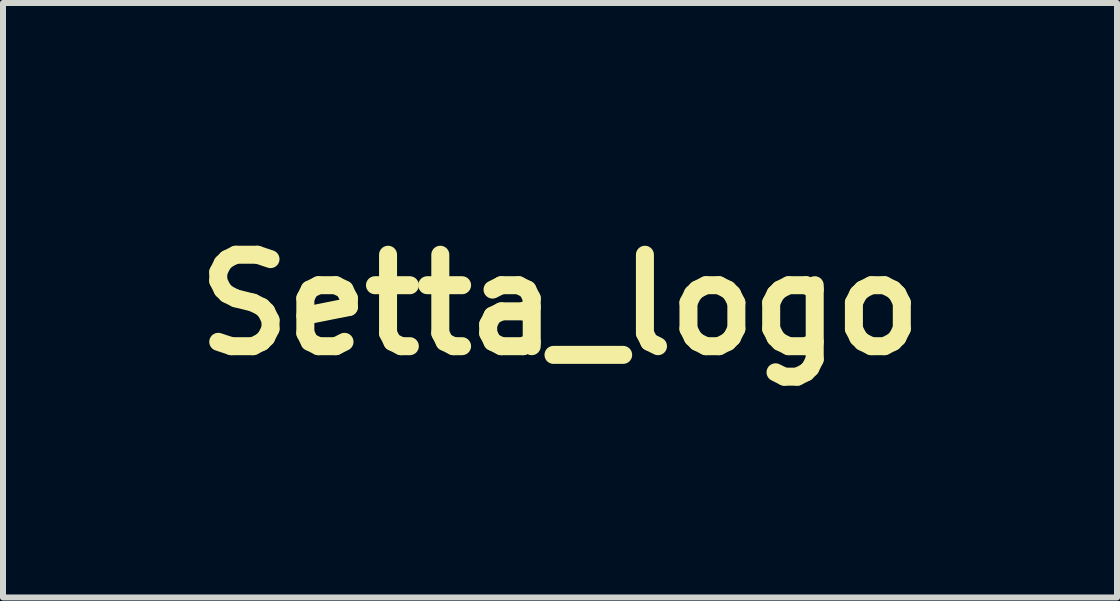
<source format=kicad_pcb>
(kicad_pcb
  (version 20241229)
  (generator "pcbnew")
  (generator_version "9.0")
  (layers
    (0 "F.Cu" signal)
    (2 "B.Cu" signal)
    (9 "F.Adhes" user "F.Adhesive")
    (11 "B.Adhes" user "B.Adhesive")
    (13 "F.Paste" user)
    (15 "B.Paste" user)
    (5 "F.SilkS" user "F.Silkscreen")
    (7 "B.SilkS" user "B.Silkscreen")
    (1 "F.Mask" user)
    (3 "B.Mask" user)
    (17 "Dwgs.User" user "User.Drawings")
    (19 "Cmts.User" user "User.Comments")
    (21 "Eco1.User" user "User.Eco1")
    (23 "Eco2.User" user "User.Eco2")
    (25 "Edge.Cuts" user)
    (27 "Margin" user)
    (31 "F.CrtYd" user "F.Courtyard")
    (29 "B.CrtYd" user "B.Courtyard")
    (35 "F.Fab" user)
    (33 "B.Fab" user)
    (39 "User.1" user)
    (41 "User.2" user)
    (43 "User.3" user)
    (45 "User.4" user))
  (footprint "Setta_logo"
    (layer "F.Cu")
    (at 6.285 2.031)
    (property "Reference" "Setta_logo" (at 0 0 0) (layer "F.SilkS") (effects (font (size 1.524 1.524) (thickness 0.3))))
    (attr through_hole)
    (fp_poly (pts (xy 1.109 0.37) (xy 1.176 0.387) (xy 1.19 0.392) (xy 1.241 0.416) (xy 1.269 0.447) (xy 1.288 0.499) (xy 1.301 0.566) (xy 1.292 0.605) (xy 1.262 0.615) (xy 1.21 0.597) (xy 1.135 0.55) (xy 1.131 0.547) (xy 1.076 0.502) (xy 1.03 0.453) (xy 1.009 0.422) (xy 0.98 0.363) (xy 1.047 0.363) (xy 1.109 0.37)) (stroke (width 0.01) (type solid)) (fill yes) (layer "F.Mask"))
    (fp_poly (pts (xy -3.155 -0.846) (xy -3.137 -0.836) (xy -3.126 -0.824) (xy -3.103 -0.773) (xy -3.114 -0.733) (xy -3.158 -0.705) (xy -3.237 -0.688) (xy -3.267 -0.685) (xy -3.339 -0.682) (xy -3.392 -0.688) (xy -3.446 -0.708) (xy -3.484 -0.727) (xy -3.583 -0.777) (xy -3.533 -0.796) (xy -3.493 -0.807) (xy -3.428 -0.82) (xy -3.349 -0.832) (xy -3.316 -0.836) (xy -3.237 -0.845) (xy -3.186 -0.848) (xy -3.155 -0.846)) (stroke (width 0.01) (type solid)) (fill yes) (layer "F.Mask"))
    (fp_poly (pts (xy -2.167 -0.964) (xy -2.095 -0.958) (xy -2.041 -0.948) (xy -2.016 -0.935) (xy -1.999 -0.913) (xy -2.001 -0.888) (xy -2.02 -0.847) (xy -2.022 -0.843) (xy -2.056 -0.78) (xy -2.185 -0.782) (xy -2.258 -0.785) (xy -2.325 -0.794) (xy -2.368 -0.804) (xy -2.446 -0.839) (xy -2.503 -0.873) (xy -2.536 -0.903) (xy -2.54 -0.915) (xy -2.523 -0.932) (xy -2.478 -0.945) (xy -2.412 -0.956) (xy -2.333 -0.963) (xy -2.249 -0.966) (xy -2.167 -0.964)) (stroke (width 0.01) (type solid)) (fill yes) (layer "F.Mask"))
    (fp_poly (pts (xy 0.8 0.519) (xy 0.88 0.545) (xy 0.892 0.55) (xy 0.963 0.588) (xy 1.015 0.637) (xy 1.049 0.684) (xy 1.087 0.75) (xy 1.104 0.796) (xy 1.1 0.829) (xy 1.085 0.849) (xy 1.065 0.864) (xy 1.042 0.868) (xy 1.009 0.857) (xy 0.958 0.83) (xy 0.906 0.799) (xy 0.832 0.75) (xy 0.782 0.703) (xy 0.743 0.647) (xy 0.738 0.638) (xy 0.712 0.588) (xy 0.694 0.551) (xy 0.689 0.539) (xy 0.705 0.528) (xy 0.741 0.518) (xy 0.8 0.519)) (stroke (width 0.01) (type solid)) (fill yes) (layer "F.Mask"))
    (fp_poly (pts (xy -3.149 -0.517) (xy -3.139 -0.499) (xy -3.153 -0.475) (xy -3.166 -0.472) (xy -3.19 -0.46) (xy -3.193 -0.449) (xy -3.202 -0.416) (xy -3.23 -0.391) (xy -3.284 -0.371) (xy -3.341 -0.357) (xy -3.459 -0.332) (xy -3.582 -0.394) (xy -3.64 -0.424) (xy -3.681 -0.448) (xy -3.698 -0.462) (xy -3.698 -0.463) (xy -3.678 -0.468) (xy -3.629 -0.476) (xy -3.561 -0.486) (xy -3.481 -0.496) (xy -3.397 -0.506) (xy -3.317 -0.515) (xy -3.249 -0.522) (xy -3.201 -0.526) (xy -3.189 -0.526) (xy -3.149 -0.517)) (stroke (width 0.01) (type solid)) (fill yes) (layer "F.Mask"))
    (fp_poly (pts (xy -2.472 -0.499) (xy -2.449 -0.49) (xy -2.407 -0.481) (xy -2.337 -0.483) (xy -2.303 -0.487) (xy -2.205 -0.493) (xy -2.113 -0.485) (xy -2.037 -0.466) (xy -1.991 -0.44) (xy -1.972 -0.402) (xy -1.973 -0.353) (xy -1.994 -0.312) (xy -2.003 -0.304) (xy -2.048 -0.291) (xy -2.117 -0.291) (xy -2.202 -0.303) (xy -2.293 -0.326) (xy -2.363 -0.351) (xy -2.434 -0.382) (xy -2.478 -0.406) (xy -2.499 -0.427) (xy -2.504 -0.448) (xy -2.513 -0.483) (xy -2.526 -0.496) (xy -2.532 -0.504) (xy -2.516 -0.507) (xy -2.472 -0.499)) (stroke (width 0.01) (type solid)) (fill yes) (layer "F.Mask"))
    (fp_poly (pts (xy 0.25 0.662) (xy 0.295 0.681) (xy 0.331 0.698) (xy 0.4 0.728) (xy 0.472 0.753) (xy 0.504 0.763) (xy 0.596 0.803) (xy 0.68 0.876) (xy 0.752 0.976) (xy 0.769 1.008) (xy 0.798 1.067) (xy 0.81 1.104) (xy 0.809 1.132) (xy 0.797 1.158) (xy 0.772 1.193) (xy 0.753 1.208) (xy 0.73 1.201) (xy 0.687 1.177) (xy 0.631 1.142) (xy 0.619 1.134) (xy 0.557 1.087) (xy 0.504 1.038) (xy 0.469 0.997) (xy 0.468 0.995) (xy 0.438 0.953) (xy 0.391 0.896) (xy 0.337 0.835) (xy 0.325 0.823) (xy 0.276 0.768) (xy 0.239 0.721) (xy 0.219 0.688) (xy 0.218 0.682) (xy 0.219 0.663) (xy 0.227 0.656) (xy 0.25 0.662)) (stroke (width 0.01) (type solid)) (fill yes) (layer "F.Mask"))
    (fp_poly (pts (xy -2.046 -0.023) (xy -2.003 -0.018) (xy -1.943 -0.004) (xy -1.86 0.019) (xy -1.768 0.049) (xy -1.693 0.075) (xy -1.488 0.152) (xy -1.488 0.22) (xy -1.493 0.262) (xy -1.51 0.297) (xy -1.547 0.329) (xy -1.607 0.364) (xy -1.692 0.404) (xy -1.746 0.432) (xy -1.784 0.457) (xy -1.796 0.473) (xy -1.8 0.52) (xy -1.81 0.596) (xy -1.826 0.695) (xy -1.847 0.812) (xy -1.871 0.939) (xy -1.897 1.072) (xy -1.924 1.203) (xy -1.932 1.239) (xy -1.964 1.38) (xy -1.99 1.489) (xy -2.015 1.571) (xy -2.041 1.632) (xy -2.071 1.675) (xy -2.108 1.706) (xy -2.154 1.728) (xy -2.213 1.746) (xy -2.255 1.757) (xy -2.484 1.807) (xy -2.713 1.84) (xy -2.958 1.86) (xy -3.021 1.863) (xy -3.293 1.873) (xy -3.365 1.776) (xy -3.411 1.707) (xy -3.447 1.64) (xy -3.469 1.583) (xy -3.474 1.544) (xy -3.472 1.538) (xy -3.444 1.524) (xy -3.393 1.526) (xy -3.328 1.541) (xy -3.258 1.569) (xy -3.239 1.578) (xy -3.177 1.607) (xy -3.121 1.627) (xy -3.09 1.633) (xy -3.057 1.63) (xy -2.996 1.62) (xy -2.913 1.606) (xy -2.817 1.589) (xy -2.751 1.577) (xy -2.457 1.52) (xy -2.405 1.318) (xy -2.379 1.209) (xy -2.355 1.102) (xy -2.334 1.003) (xy -2.319 0.918) (xy -2.31 0.853) (xy -2.307 0.813) (xy -2.309 0.805) (xy -2.329 0.807) (xy -2.375 0.818) (xy -2.439 0.838) (xy -2.47 0.849) (xy -2.548 0.874) (xy -2.649 0.904) (xy -2.759 0.934) (xy -2.865 0.961) (xy -2.866 0.961) (xy -3.005 0.991) (xy -3.113 1.008) (xy -3.195 1.01) (xy -3.254 0.999) (xy -3.29 0.976) (xy -3.322 0.954) (xy -3.374 0.929) (xy -3.398 0.919) (xy -3.449 0.896) (xy -3.47 0.875) (xy -3.471 0.854) (xy -3.451 0.829) (xy -3.404 0.812) (xy -3.378 0.807) (xy -3.333 0.799) (xy -3.26 0.783) (xy -3.167 0.762) (xy -3.062 0.737) (xy -2.976 0.716) (xy -2.862 0.689) (xy -2.751 0.663) (xy -2.651 0.641) (xy -2.571 0.625) (xy -2.531 0.617) (xy -2.443 0.603) (xy -2.385 0.592) (xy -2.349 0.581) (xy -2.33 0.569) (xy -2.322 0.553) (xy -2.318 0.535) (xy -2.316 0.482) (xy -2.325 0.403) (xy -2.342 0.308) (xy -2.349 0.279) (xy -2.368 0.244) (xy -2.406 0.232) (xy -2.465 0.242) (xy -2.549 0.275) (xy -2.564 0.282) (xy -2.699 0.338) (xy -2.833 0.379) (xy -2.959 0.405) (xy -3.071 0.413) (xy -3.162 0.403) (xy -3.187 0.395) (xy -3.251 0.375) (xy -3.323 0.358) (xy -3.343 0.355) (xy -3.414 0.336) (xy -3.473 0.304) (xy -3.479 0.299) (xy -3.529 0.256) (xy -3.442 0.218) (xy -3.39 0.191) (xy -3.354 0.165) (xy -3.344 0.153) (xy -3.32 0.131) (xy -3.301 0.127) (xy -3.262 0.115) (xy -3.241 0.099) (xy -3.218 0.085) (xy -3.183 0.079) (xy -3.125 0.079) (xy -3.071 0.083) (xy -2.998 0.086) (xy -2.925 0.083) (xy -2.842 0.073) (xy -2.739 0.055) (xy -2.694 0.047) (xy -2.493 0.01) (xy -2.316 -0.014) (xy -2.166 -0.025) (xy -2.046 -0.023)) (stroke (width 0.01) (type solid)) (fill yes) (layer "F.Mask"))
    (fp_poly (pts (xy 2.819 -1.897) (xy 2.861 -1.875) (xy 2.897 -1.854) (xy 2.963 -1.817) (xy 3.03 -1.782) (xy 3.056 -1.768) (xy 3.096 -1.744) (xy 3.126 -1.712) (xy 3.147 -1.669) (xy 3.161 -1.608) (xy 3.169 -1.526) (xy 3.172 -1.416) (xy 3.171 -1.276) (xy 3.171 -1.274) (xy 3.17 -1.163) (xy 3.17 -1.084) (xy 3.172 -1.031) (xy 3.176 -1.001) (xy 3.183 -0.987) (xy 3.193 -0.987) (xy 3.193 -0.987) (xy 3.227 -0.998) (xy 3.277 -1.017) (xy 3.293 -1.023) (xy 3.34 -1.035) (xy 3.404 -1.044) (xy 3.476 -1.05) (xy 3.547 -1.052) (xy 3.608 -1.05) (xy 3.65 -1.044) (xy 3.665 -1.034) (xy 3.68 -1.018) (xy 3.692 -1.016) (xy 3.715 -1.003) (xy 3.715 -0.964) (xy 3.699 -0.918) (xy 3.684 -0.897) (xy 3.654 -0.875) (xy 3.607 -0.849) (xy 3.535 -0.817) (xy 3.435 -0.775) (xy 3.415 -0.768) (xy 3.152 -0.663) (xy 3.163 -0.545) (xy 3.175 -0.458) (xy 3.198 -0.346) (xy 3.229 -0.215) (xy 3.266 -0.075) (xy 3.308 0.068) (xy 3.338 0.163) (xy 3.387 0.297) (xy 3.446 0.434) (xy 3.513 0.569) (xy 3.584 0.698) (xy 3.656 0.816) (xy 3.727 0.918) (xy 3.794 0.998) (xy 3.853 1.052) (xy 3.885 1.071) (xy 3.936 1.102) (xy 4.002 1.156) (xy 4.075 1.226) (xy 4.15 1.305) (xy 4.219 1.386) (xy 4.277 1.464) (xy 4.306 1.511) (xy 4.338 1.572) (xy 4.361 1.621) (xy 4.369 1.65) (xy 4.369 1.652) (xy 4.351 1.654) (xy 4.31 1.641) (xy 4.255 1.617) (xy 4.254 1.616) (xy 4.185 1.577) (xy 4.095 1.517) (xy 3.988 1.442) (xy 3.87 1.354) (xy 3.748 1.259) (xy 3.723 1.238) (xy 3.641 1.159) (xy 3.552 1.052) (xy 3.462 0.923) (xy 3.374 0.778) (xy 3.292 0.625) (xy 3.22 0.47) (xy 3.192 0.399) (xy 3.151 0.292) (xy 3.121 0.216) (xy 3.101 0.169) (xy 3.086 0.149) (xy 3.075 0.154) (xy 3.066 0.181) (xy 3.055 0.228) (xy 3.047 0.267) (xy 3.029 0.34) (xy 3.012 0.403) (xy 2.998 0.444) (xy 2.996 0.45) (xy 2.982 0.484) (xy 2.963 0.541) (xy 2.942 0.609) (xy 2.942 0.612) (xy 2.907 0.739) (xy 2.964 0.766) (xy 3.006 0.792) (xy 3.062 0.835) (xy 3.127 0.889) (xy 3.195 0.949) (xy 3.26 1.01) (xy 3.315 1.066) (xy 3.355 1.111) (xy 3.374 1.14) (xy 3.375 1.144) (xy 3.362 1.183) (xy 3.34 1.214) (xy 3.311 1.252) (xy 3.299 1.282) (xy 3.288 1.31) (xy 3.267 1.319) (xy 3.234 1.308) (xy 3.185 1.276) (xy 3.118 1.219) (xy 3.03 1.137) (xy 3.018 1.126) (xy 2.946 1.058) (xy 2.882 1) (xy 2.831 0.956) (xy 2.798 0.93) (xy 2.788 0.925) (xy 2.765 0.936) (xy 2.725 0.965) (xy 2.682 0.999) (xy 2.602 1.062) (xy 2.537 1.101) (xy 2.478 1.12) (xy 2.428 1.125) (xy 2.366 1.123) (xy 2.333 1.113) (xy 2.328 1.091) (xy 2.352 1.053) (xy 2.402 0.995) (xy 2.403 0.994) (xy 2.463 0.92) (xy 2.523 0.832) (xy 2.568 0.756) (xy 2.609 0.677) (xy 2.655 0.596) (xy 2.694 0.53) (xy 2.694 0.53) (xy 2.729 0.463) (xy 2.765 0.378) (xy 2.792 0.294) (xy 2.792 0.293) (xy 2.813 0.198) (xy 2.831 0.077) (xy 2.847 -0.061) (xy 2.859 -0.205) (xy 2.865 -0.344) (xy 2.866 -0.413) (xy 2.867 -0.544) (xy 2.793 -0.544) (xy 2.726 -0.551) (xy 2.666 -0.573) (xy 2.602 -0.618) (xy 2.585 -0.631) (xy 2.531 -0.67) (xy 2.473 -0.701) (xy 2.47 -0.702) (xy 2.409 -0.728) (xy 2.452 -0.774) (xy 2.507 -0.822) (xy 2.571 -0.854) (xy 2.653 -0.874) (xy 2.728 -0.883) (xy 2.862 -0.894) (xy 2.871 -1.048) (xy 2.873 -1.122) (xy 2.869 -1.21) (xy 2.861 -1.304) (xy 2.85 -1.398) (xy 2.837 -1.483) (xy 2.823 -1.553) (xy 2.809 -1.598) (xy 2.799 -1.612) (xy 2.792 -1.633) (xy 2.786 -1.679) (xy 2.783 -1.738) (xy 2.783 -1.8) (xy 2.785 -1.856) (xy 2.791 -1.894) (xy 2.797 -1.905) (xy 2.819 -1.897)) (stroke (width 0.01) (type solid)) (fill yes) (layer "F.Mask"))
    (fp_poly (pts (xy -2.249 -2.024) (xy -2.164 -2.018) (xy -2.092 -2.008) (xy -2.04 -1.995) (xy -2.015 -1.978) (xy -2.014 -1.973) (xy -2.021 -1.953) (xy -2.046 -1.918) (xy -2.091 -1.867) (xy -2.115 -1.835) (xy -2.123 -1.817) (xy -2.14 -1.808) (xy -2.186 -1.797) (xy -2.256 -1.783) (xy -2.343 -1.768) (xy -2.381 -1.762) (xy -2.478 -1.747) (xy -2.565 -1.733) (xy -2.635 -1.722) (xy -2.679 -1.714) (xy -2.687 -1.713) (xy -2.709 -1.707) (xy -2.723 -1.696) (xy -2.73 -1.671) (xy -2.733 -1.626) (xy -2.733 -1.553) (xy -2.733 -1.541) (xy -2.731 -1.47) (xy -2.727 -1.414) (xy -2.723 -1.383) (xy -2.72 -1.379) (xy -2.697 -1.382) (xy -2.65 -1.39) (xy -2.618 -1.396) (xy -2.495 -1.416) (xy -2.343 -1.434) (xy -2.169 -1.45) (xy -1.98 -1.463) (xy -1.784 -1.473) (xy -1.604 -1.479) (xy -1.195 -1.489) (xy -0.99 -1.38) (xy -0.903 -1.332) (xy -0.843 -1.296) (xy -0.803 -1.267) (xy -0.777 -1.239) (xy -0.758 -1.209) (xy -0.753 -1.198) (xy -0.734 -1.151) (xy -0.731 -1.121) (xy -0.743 -1.092) (xy -0.751 -1.08) (xy -0.781 -1.047) (xy -0.809 -1.034) (xy -0.838 -1.025) (xy -0.886 -1.004) (xy -0.939 -0.975) (xy -0.986 -0.947) (xy -1.014 -0.926) (xy -1.016 -0.924) (xy -1.039 -0.911) (xy -1.088 -0.896) (xy -1.151 -0.88) (xy -1.218 -0.865) (xy -1.278 -0.856) (xy -1.315 -0.853) (xy -1.373 -0.86) (xy -1.435 -0.878) (xy -1.44 -0.88) (xy -1.496 -0.898) (xy -1.548 -0.907) (xy -1.553 -0.907) (xy -1.586 -0.912) (xy -1.591 -0.93) (xy -1.588 -0.939) (xy -1.577 -0.978) (xy -1.566 -1.037) (xy -1.557 -1.106) (xy -1.549 -1.174) (xy -1.546 -1.228) (xy -1.548 -1.259) (xy -1.548 -1.259) (xy -1.563 -1.277) (xy -1.595 -1.289) (xy -1.648 -1.295) (xy -1.726 -1.295) (xy -1.834 -1.291) (xy -1.902 -1.286) (xy -2.18 -1.26) (xy -2.438 -1.219) (xy -2.589 -1.185) (xy -2.702 -1.157) (xy -2.711 -1.082) (xy -2.718 -1.02) (xy -2.726 -0.944) (xy -2.731 -0.898) (xy -2.738 -0.844) (xy -2.749 -0.762) (xy -2.764 -0.662) (xy -2.781 -0.551) (xy -2.795 -0.464) (xy -2.812 -0.359) (xy -2.827 -0.267) (xy -2.839 -0.193) (xy -2.846 -0.143) (xy -2.848 -0.124) (xy -2.861 -0.11) (xy -2.894 -0.121) (xy -2.902 -0.126) (xy -2.931 -0.136) (xy -2.941 -0.135) (xy -2.954 -0.145) (xy -2.971 -0.18) (xy -2.976 -0.195) (xy -2.995 -0.245) (xy -3.013 -0.282) (xy -3.016 -0.286) (xy -3.025 -0.32) (xy -3.024 -0.384) (xy -3.013 -0.47) (xy -2.995 -0.562) (xy -2.99 -0.608) (xy -2.987 -0.674) (xy -2.986 -0.752) (xy -2.988 -0.834) (xy -2.992 -0.914) (xy -2.997 -0.982) (xy -3.004 -1.03) (xy -3.012 -1.052) (xy -3.013 -1.052) (xy -3.035 -1.048) (xy -3.084 -1.036) (xy -3.152 -1.019) (xy -3.199 -1.006) (xy -3.371 -0.961) (xy -3.438 -1.006) (xy -3.518 -1.05) (xy -3.588 -1.063) (xy -3.66 -1.047) (xy -3.704 -1.026) (xy -3.78 -0.975) (xy -3.824 -0.924) (xy -3.838 -0.866) (xy -3.827 -0.794) (xy -3.827 -0.794) (xy -3.821 -0.745) (xy -3.83 -0.685) (xy -3.846 -0.636) (xy -3.868 -0.568) (xy -3.894 -0.481) (xy -3.918 -0.395) (xy -3.92 -0.388) (xy -3.942 -0.31) (xy -3.961 -0.261) (xy -3.982 -0.233) (xy -4.001 -0.221) (xy -4.025 -0.213) (xy -4.048 -0.218) (xy -4.076 -0.241) (xy -4.118 -0.286) (xy -4.135 -0.305) (xy -4.208 -0.401) (xy -4.247 -0.488) (xy -4.255 -0.57) (xy -4.232 -0.652) (xy -4.229 -0.659) (xy -4.195 -0.765) (xy -4.193 -0.87) (xy -4.222 -0.968) (xy -4.242 -1.004) (xy -4.283 -1.065) (xy -4.303 -1.1) (xy -4.302 -1.112) (xy -4.281 -1.105) (xy -4.243 -1.084) (xy -4.183 -1.054) (xy -4.106 -1.022) (xy -4.042 -0.999) (xy -3.919 -0.959) (xy -3.786 -1.069) (xy -3.723 -1.12) (xy -3.678 -1.152) (xy -3.642 -1.17) (xy -3.604 -1.178) (xy -3.556 -1.179) (xy -3.54 -1.179) (xy -3.457 -1.186) (xy -3.358 -1.206) (xy -3.235 -1.242) (xy -3.227 -1.244) (xy -3.141 -1.273) (xy -3.085 -1.293) (xy -3.052 -1.31) (xy -3.037 -1.325) (xy -3.035 -1.341) (xy -3.037 -1.349) (xy -3.046 -1.389) (xy -3.059 -1.448) (xy -3.068 -1.488) (xy -3.086 -1.562) (xy -3.106 -1.606) (xy -3.134 -1.627) (xy -3.172 -1.633) (xy -3.215 -1.641) (xy -3.274 -1.661) (xy -3.342 -1.691) (xy -3.411 -1.724) (xy -3.472 -1.759) (xy -3.517 -1.789) (xy -3.537 -1.812) (xy -3.538 -1.815) (xy -3.521 -1.836) (xy -3.475 -1.859) (xy -3.406 -1.881) (xy -3.322 -1.901) (xy -3.228 -1.918) (xy -3.133 -1.929) (xy -3.066 -1.932) (xy -2.928 -1.938) (xy -2.809 -1.948) (xy -2.711 -1.963) (xy -2.642 -1.98) (xy -2.615 -1.993) (xy -2.574 -2.008) (xy -2.509 -2.019) (xy -2.429 -2.025) (xy -2.34 -2.026) (xy -2.249 -2.024)) (stroke (width 0.01) (type solid)) (fill yes) (layer "F.Mask"))
    (fp_poly (pts (xy 2.123 -1.732) (xy 1.74 -1.541) (xy 1.751 -1.333) (xy 2.059 -1.333) (xy 2.059 -1.27) (xy 2.058 -1.239) (xy 2.049 -1.217) (xy 2.027 -1.198) (xy 1.984 -1.177) (xy 1.914 -1.149) (xy 1.769 -1.092) (xy 1.754 -0.989) (xy 1.748 -0.931) (xy 1.746 -0.89) (xy 1.748 -0.877) (xy 1.769 -0.871) (xy 1.816 -0.865) (xy 1.881 -0.859) (xy 1.894 -0.858) (xy 1.964 -0.852) (xy 2.005 -0.845) (xy 2.025 -0.835) (xy 2.031 -0.817) (xy 2.032 -0.798) (xy 2.022 -0.756) (xy 1.989 -0.721) (xy 1.928 -0.69) (xy 1.836 -0.66) (xy 1.834 -0.66) (xy 1.774 -0.642) (xy 1.74 -0.625) (xy 1.723 -0.603) (xy 1.715 -0.569) (xy 1.714 -0.564) (xy 1.705 -0.504) (xy 1.696 -0.45) (xy 1.696 -0.449) (xy 1.695 -0.413) (xy 1.713 -0.4) (xy 1.732 -0.399) (xy 1.768 -0.407) (xy 1.782 -0.419) (xy 1.798 -0.428) (xy 1.842 -0.425) (xy 1.916 -0.412) (xy 1.933 -0.409) (xy 2.035 -0.386) (xy 2.107 -0.368) (xy 2.155 -0.352) (xy 2.184 -0.335) (xy 2.199 -0.316) (xy 2.207 -0.29) (xy 2.207 -0.289) (xy 2.213 -0.259) (xy 2.215 -0.235) (xy 2.209 -0.21) (xy 2.194 -0.175) (xy 2.168 -0.124) (xy 2.126 -0.049) (xy 2.124 -0.045) (xy 2.083 0.034) (xy 2.047 0.111) (xy 2.02 0.175) (xy 2.012 0.2) (xy 1.994 0.255) (xy 1.974 0.298) (xy 1.967 0.308) (xy 1.95 0.342) (xy 1.924 0.408) (xy 1.893 0.501) (xy 1.857 0.618) (xy 1.817 0.756) (xy 1.774 0.911) (xy 1.762 0.957) (xy 1.723 1.092) (xy 1.681 1.226) (xy 1.637 1.355) (xy 1.593 1.475) (xy 1.549 1.581) (xy 1.509 1.669) (xy 1.474 1.733) (xy 1.446 1.771) (xy 1.432 1.778) (xy 1.415 1.763) (xy 1.392 1.724) (xy 1.381 1.701) (xy 1.358 1.644) (xy 1.339 1.595) (xy 1.335 1.583) (xy 1.311 1.546) (xy 1.27 1.512) (xy 1.269 1.511) (xy 1.233 1.487) (xy 1.216 1.469) (xy 1.216 1.468) (xy 1.232 1.459) (xy 1.274 1.446) (xy 1.323 1.435) (xy 1.43 1.414) (xy 1.521 1.138) (xy 1.63 0.756) (xy 1.707 0.362) (xy 1.731 0.184) (xy 1.743 0.069) (xy 1.748 -0.014) (xy 1.745 -0.069) (xy 1.736 -0.1) (xy 1.719 -0.109) (xy 1.695 -0.102) (xy 1.647 -0.083) (xy 1.582 -0.056) (xy 1.507 -0.024) (xy 1.429 0.011) (xy 1.355 0.044) (xy 1.293 0.073) (xy 1.251 0.095) (xy 1.234 0.106) (xy 1.233 0.107) (xy 1.229 0.131) (xy 1.222 0.159) (xy 1.22 0.19) (xy 1.242 0.2) (xy 1.245 0.2) (xy 1.278 0.207) (xy 1.332 0.227) (xy 1.392 0.253) (xy 1.453 0.284) (xy 1.487 0.307) (xy 1.502 0.33) (xy 1.506 0.36) (xy 1.497 0.409) (xy 1.471 0.429) (xy 1.426 0.419) (xy 1.362 0.38) (xy 1.278 0.31) (xy 1.269 0.301) (xy 1.206 0.245) (xy 1.143 0.188) (xy 1.095 0.145) (xy 1.036 0.08) (xy 0.984 -0.005) (xy 0.972 -0.031) (xy 0.921 -0.143) (xy 0.955 -0.23) (xy 0.965 -0.259) (xy 1.254 -0.259) (xy 1.261 -0.228) (xy 1.283 -0.218) (xy 1.327 -0.226) (xy 1.398 -0.25) (xy 1.419 -0.258) (xy 1.474 -0.282) (xy 1.512 -0.302) (xy 1.524 -0.314) (xy 1.516 -0.337) (xy 1.497 -0.38) (xy 1.488 -0.399) (xy 1.468 -0.449) (xy 1.467 -0.478) (xy 1.47 -0.481) (xy 1.485 -0.506) (xy 1.488 -0.53) (xy 1.484 -0.553) (xy 1.466 -0.561) (xy 1.424 -0.557) (xy 1.413 -0.555) (xy 1.337 -0.538) (xy 1.292 -0.514) (xy 1.272 -0.48) (xy 1.27 -0.457) (xy 1.268 -0.41) (xy 1.262 -0.346) (xy 1.258 -0.313) (xy 1.254 -0.259) (xy 0.965 -0.259) (xy 0.968 -0.27) (xy 0.977 -0.315) (xy 0.983 -0.372) (xy 0.987 -0.447) (xy 0.988 -0.549) (xy 0.988 -0.617) (xy 0.987 -0.728) (xy 0.986 -0.812) (xy 0.982 -0.876) (xy 0.974 -0.93) (xy 0.962 -0.981) (xy 0.944 -1.038) (xy 0.922 -1.105) (xy 0.909 -1.139) (xy 1.054 -1.139) (xy 1.075 -1.089) (xy 1.118 -1.031) (xy 1.181 -0.945) (xy 1.227 -0.858) (xy 1.25 -0.781) (xy 1.251 -0.757) (xy 1.253 -0.729) (xy 1.263 -0.714) (xy 1.287 -0.711) (xy 1.332 -0.719) (xy 1.405 -0.738) (xy 1.408 -0.739) (xy 1.524 -0.77) (xy 1.524 -0.904) (xy 1.523 -0.972) (xy 1.52 -1.011) (xy 1.512 -1.028) (xy 1.497 -1.029) (xy 1.483 -1.024) (xy 1.445 -1.016) (xy 1.383 -1.009) (xy 1.313 -1.003) (xy 1.183 -0.995) (xy 1.136 -1.057) (xy 1.102 -1.105) (xy 1.092 -1.129) (xy 1.107 -1.133) (xy 1.144 -1.122) (xy 1.178 -1.114) (xy 1.216 -1.116) (xy 1.268 -1.13) (xy 1.336 -1.155) (xy 1.403 -1.183) (xy 1.456 -1.211) (xy 1.487 -1.234) (xy 1.49 -1.238) (xy 1.495 -1.271) (xy 1.481 -1.322) (xy 1.461 -1.367) (xy 1.436 -1.424) (xy 1.419 -1.471) (xy 1.415 -1.492) (xy 1.399 -1.52) (xy 1.357 -1.542) (xy 1.302 -1.556) (xy 1.251 -1.557) (xy 1.187 -1.535) (xy 1.143 -1.483) (xy 1.12 -1.403) (xy 1.117 -1.357) (xy 1.119 -1.293) (xy 1.126 -1.239) (xy 1.131 -1.22) (xy 1.137 -1.19) (xy 1.118 -1.18) (xy 1.099 -1.179) (xy 1.062 -1.169) (xy 1.054 -1.139) (xy 0.909 -1.139) (xy 0.894 -1.182) (xy 0.868 -1.246) (xy 0.849 -1.289) (xy 0.839 -1.304) (xy 0.825 -1.326) (xy 0.806 -1.37) (xy 0.785 -1.426) (xy 0.767 -1.483) (xy 0.755 -1.53) (xy 0.753 -1.556) (xy 0.753 -1.558) (xy 0.77 -1.551) (xy 0.804 -1.525) (xy 0.84 -1.491) (xy 0.887 -1.45) (xy 0.928 -1.423) (xy 0.95 -1.415) (xy 0.978 -1.427) (xy 1.023 -1.458) (xy 1.074 -1.502) (xy 1.078 -1.506) (xy 1.129 -1.551) (xy 1.174 -1.583) (xy 1.203 -1.596) (xy 1.204 -1.597) (xy 1.236 -1.611) (xy 1.245 -1.624) (xy 1.272 -1.644) (xy 1.322 -1.651) (xy 1.396 -1.66) (xy 1.487 -1.684) (xy 1.582 -1.718) (xy 1.669 -1.758) (xy 1.735 -1.799) (xy 1.746 -1.808) (xy 1.781 -1.838) (xy 1.812 -1.856) (xy 1.849 -1.865) (xy 1.902 -1.868) (xy 1.969 -1.869) (xy 2.123 -1.869) (xy 2.123 -1.732)) (stroke (width 0.01) (type solid)) (fill yes) (layer "F.Mask")))
  (gr_rect
    (start -3 -3)
    (end 15.569 6.909)
    (stroke (width 0.1) (type default))
    (fill no)
    (layer "Edge.Cuts")))
</source>
